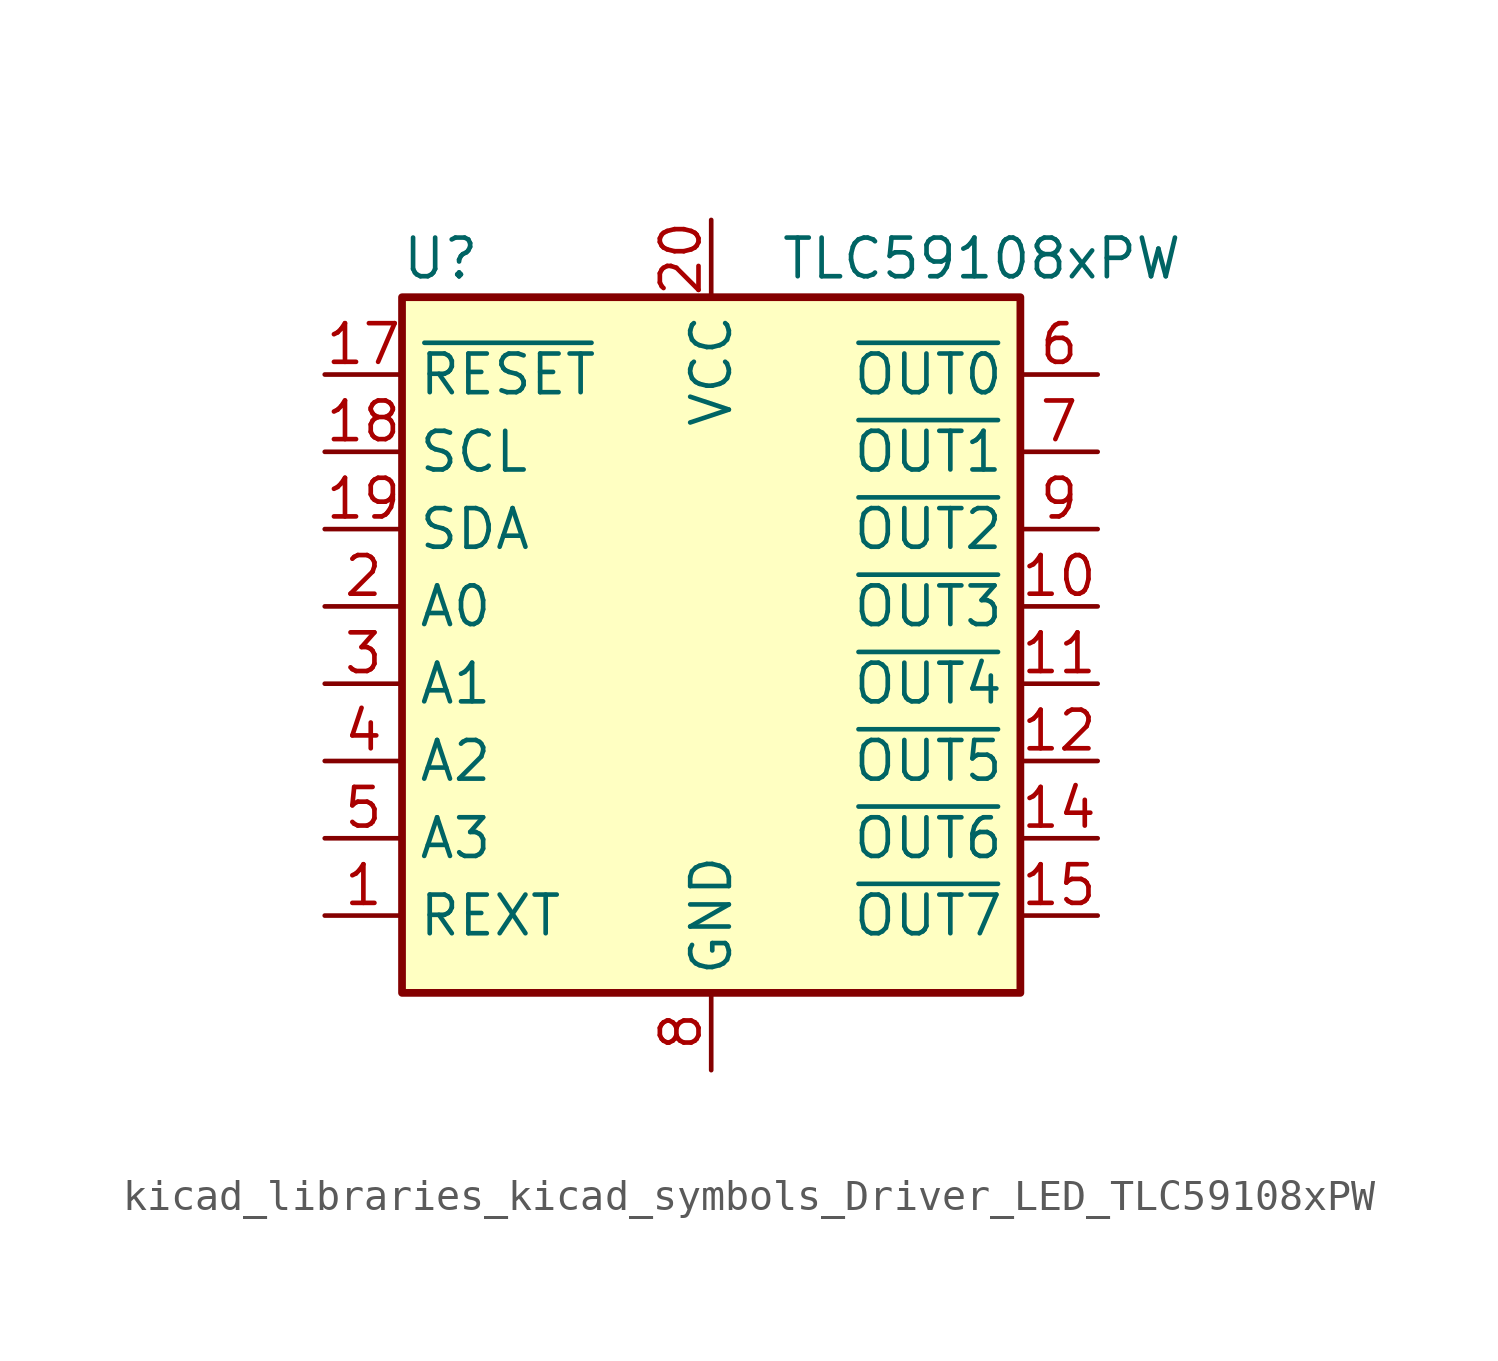
<source format=kicad_sym>
(kicad_symbol_lib
  (version 20220914)
  (generator kicad_symbol_editor)
  (symbol "kicad_libraries_kicad_symbols_Driver_LED_TLC59108xPW"
    (property "Reference" "U"
      (at -8.89 13.97 0)
      (effects (font (size 1.27 1.27))))
    (property "Value" "TLC59108xPW"
      (at 8.89 13.97 0)
      (effects (font (size 1.27 1.27))))
    (symbol "kicad_libraries_kicad_symbols_Driver_LED_TLC59108xPW_0_1"
      (rectangle (start -10.16 12.7) (end 10.16 -10.16) (stroke (width 0.254) (type default)) (fill (type background))))
    (symbol "kicad_libraries_kicad_symbols_Driver_LED_TLC59108xPW_1_1"
      (pin passive line (at -12.7 -7.62 0) (length 2.54) (name "REXT" (effects (font (size 1.27 1.27)))) (number "1" (effects (font (size 1.27 1.27)))))
      (pin open_collector line (at 12.7 2.54 180) (length 2.54) (name "~{OUT3}" (effects (font (size 1.27 1.27)))) (number "10" (effects (font (size 1.27 1.27)))))
      (pin open_collector line (at 12.7 0 180) (length 2.54) (name "~{OUT4}" (effects (font (size 1.27 1.27)))) (number "11" (effects (font (size 1.27 1.27)))))
      (pin open_collector line (at 12.7 -2.54 180) (length 2.54) (name "~{OUT5}" (effects (font (size 1.27 1.27)))) (number "12" (effects (font (size 1.27 1.27)))))
      (pin passive line (at 0 -12.7 90) (length 2.54) hide (name "GND" (effects (font (size 1.27 1.27)))) (number "13" (effects (font (size 1.27 1.27)))))
      (pin open_collector line (at 12.7 -5.08 180) (length 2.54) (name "~{OUT6}" (effects (font (size 1.27 1.27)))) (number "14" (effects (font (size 1.27 1.27)))))
      (pin open_collector line (at 12.7 -7.62 180) (length 2.54) (name "~{OUT7}" (effects (font (size 1.27 1.27)))) (number "15" (effects (font (size 1.27 1.27)))))
      (pin passive line (at 0 -12.7 90) (length 2.54) hide (name "GND" (effects (font (size 1.27 1.27)))) (number "16" (effects (font (size 1.27 1.27)))))
      (pin input line (at -12.7 10.16 0) (length 2.54) (name "~{RESET}" (effects (font (size 1.27 1.27)))) (number "17" (effects (font (size 1.27 1.27)))))
      (pin input line (at -12.7 7.62 0) (length 2.54) (name "SCL" (effects (font (size 1.27 1.27)))) (number "18" (effects (font (size 1.27 1.27)))))
      (pin bidirectional line (at -12.7 5.08 0) (length 2.54) (name "SDA" (effects (font (size 1.27 1.27)))) (number "19" (effects (font (size 1.27 1.27)))))
      (pin input line (at -12.7 2.54 0) (length 2.54) (name "A0" (effects (font (size 1.27 1.27)))) (number "2" (effects (font (size 1.27 1.27)))))
      (pin power_in line (at 0 15.24 270) (length 2.54) (name "VCC" (effects (font (size 1.27 1.27)))) (number "20" (effects (font (size 1.27 1.27)))))
      (pin input line (at -12.7 0 0) (length 2.54) (name "A1" (effects (font (size 1.27 1.27)))) (number "3" (effects (font (size 1.27 1.27)))))
      (pin input line (at -12.7 -2.54 0) (length 2.54) (name "A2" (effects (font (size 1.27 1.27)))) (number "4" (effects (font (size 1.27 1.27)))))
      (pin input line (at -12.7 -5.08 0) (length 2.54) (name "A3" (effects (font (size 1.27 1.27)))) (number "5" (effects (font (size 1.27 1.27)))))
      (pin open_collector line (at 12.7 10.16 180) (length 2.54) (name "~{OUT0}" (effects (font (size 1.27 1.27)))) (number "6" (effects (font (size 1.27 1.27)))))
      (pin open_collector line (at 12.7 7.62 180) (length 2.54) (name "~{OUT1}" (effects (font (size 1.27 1.27)))) (number "7" (effects (font (size 1.27 1.27)))))
      (pin power_in line (at 0 -12.7 90) (length 2.54) (name "GND" (effects (font (size 1.27 1.27)))) (number "8" (effects (font (size 1.27 1.27)))))
      (pin open_collector line (at 12.7 5.08 180) (length 2.54) (name "~{OUT2}" (effects (font (size 1.27 1.27)))) (number "9" (effects (font (size 1.27 1.27))))))))
</source>
